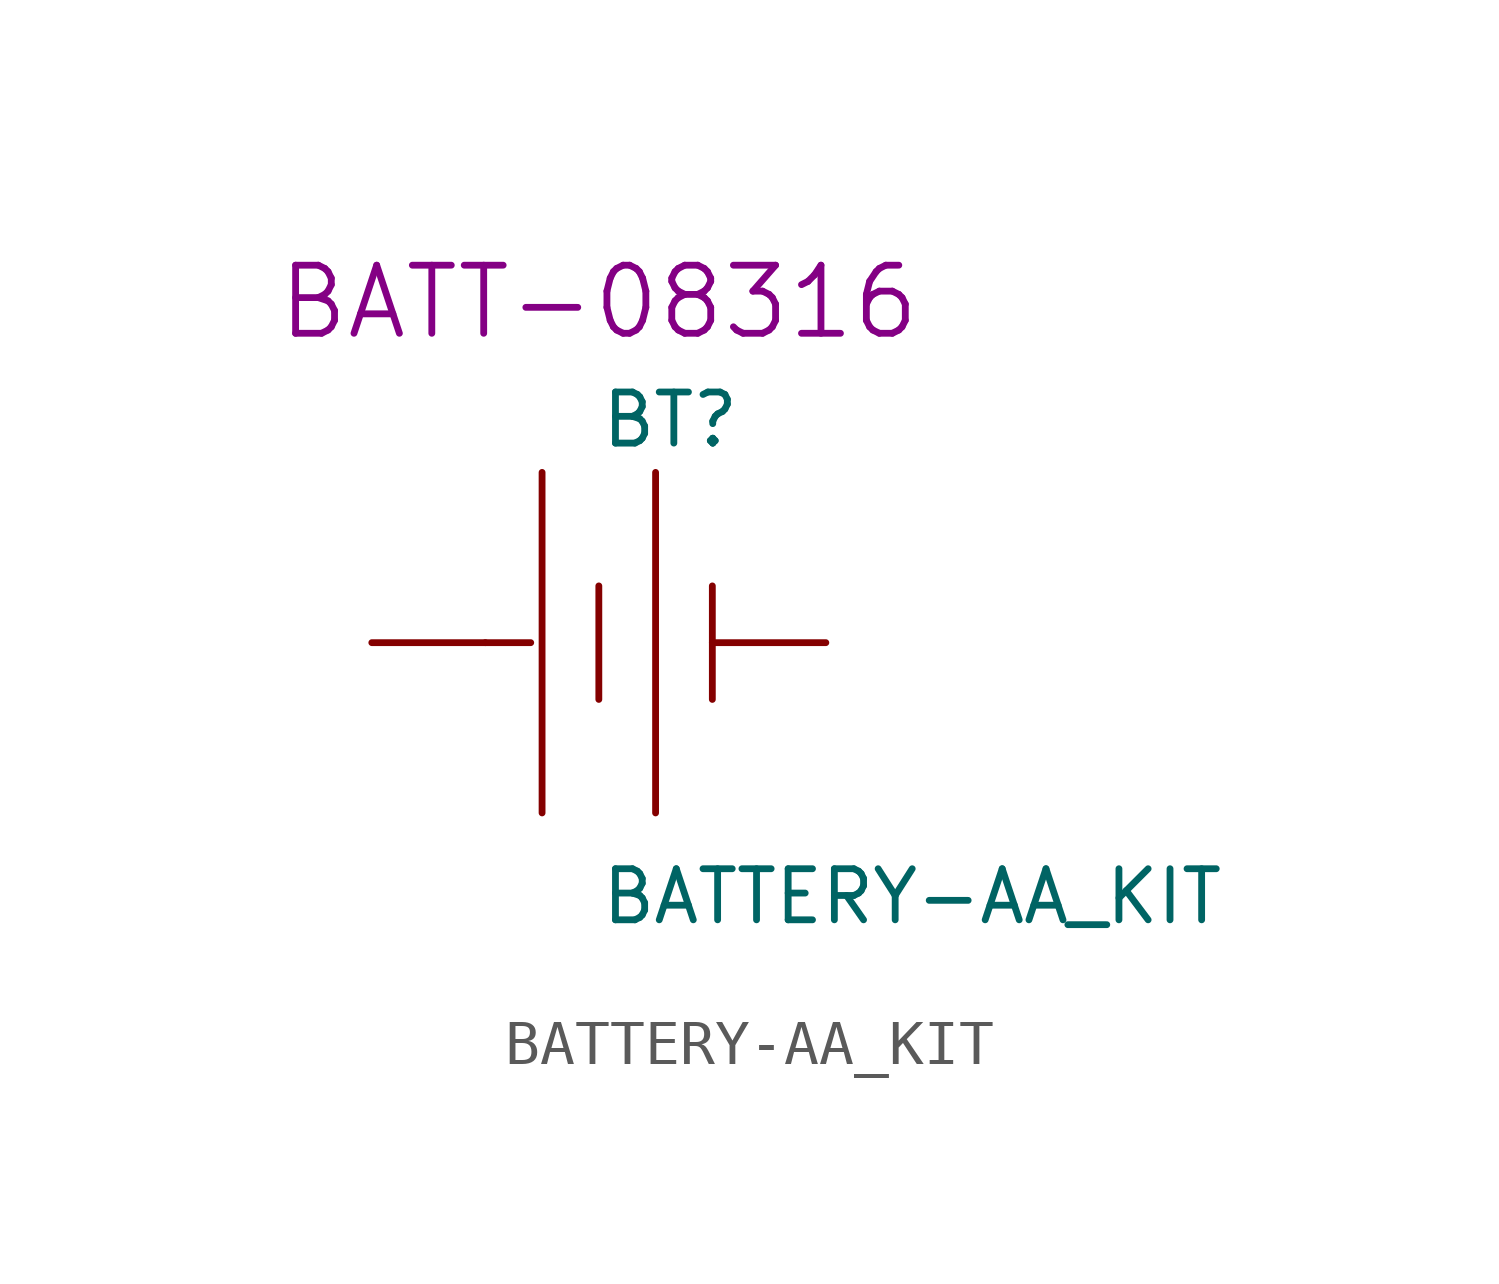
<source format=kicad_sym>
(kicad_symbol_lib
  (version 20211014)
  (generator kicad_symbol_editor)
  (symbol "BATTERY-AA_KIT"
    (pin_numbers hide)
    (pin_names
      (offset 1.016) hide)
    (property "Reference" "BT"
      (at 0 4.318 0)
      (effects (font (size 1.143 1.143)) (justify left bottom)))
    (property "Value" "BATTERY-AA_KIT"
      (at 0 -6.35 0)
      (effects (font (size 1.143 1.143)) (justify left bottom)))
    (property "Field4" "BATT-08316"
      (at 0 7.62 0)
      (effects (font (size 1.524 1.524))))
    (property "ki_locked" ""
      (at 0 0 0)
      (effects (font (size 1.27 1.27))))
    (symbol "BATTERY-AA_KIT_1_0"
      (polyline (pts (xy -2.54 0) (xy -1.524 0)) (stroke (width 0) (type default) (color 0 0 0 0)) (fill (type none)))
      (polyline (pts (xy -1.27 3.81) (xy -1.27 -3.81)) (stroke (width 0) (type default) (color 0 0 0 0)) (fill (type none)))
      (polyline (pts (xy 0 1.27) (xy 0 -1.27)) (stroke (width 0) (type default) (color 0 0 0 0)) (fill (type none)))
      (polyline (pts (xy 1.27 3.81) (xy 1.27 -3.81)) (stroke (width 0) (type default) (color 0 0 0 0)) (fill (type none)))
      (polyline (pts (xy 2.54 1.27) (xy 2.54 -1.27)) (stroke (width 0) (type default) (color 0 0 0 0)) (fill (type none))))
    (symbol "BATTERY-AA_KIT_1_1"
      (pin power_in line (at 5.08 0 180) (length 2.54) (name "-" (effects (font (size 1.016 1.016)))) (number "GND@" (effects (font (size 1.016 1.016)))))
      (pin power_in line (at -5.08 0 0) (length 2.54) (name "+" (effects (font (size 1.016 1.016)))) (number "PWR@" (effects (font (size 1.016 1.016))))))))
</source>
